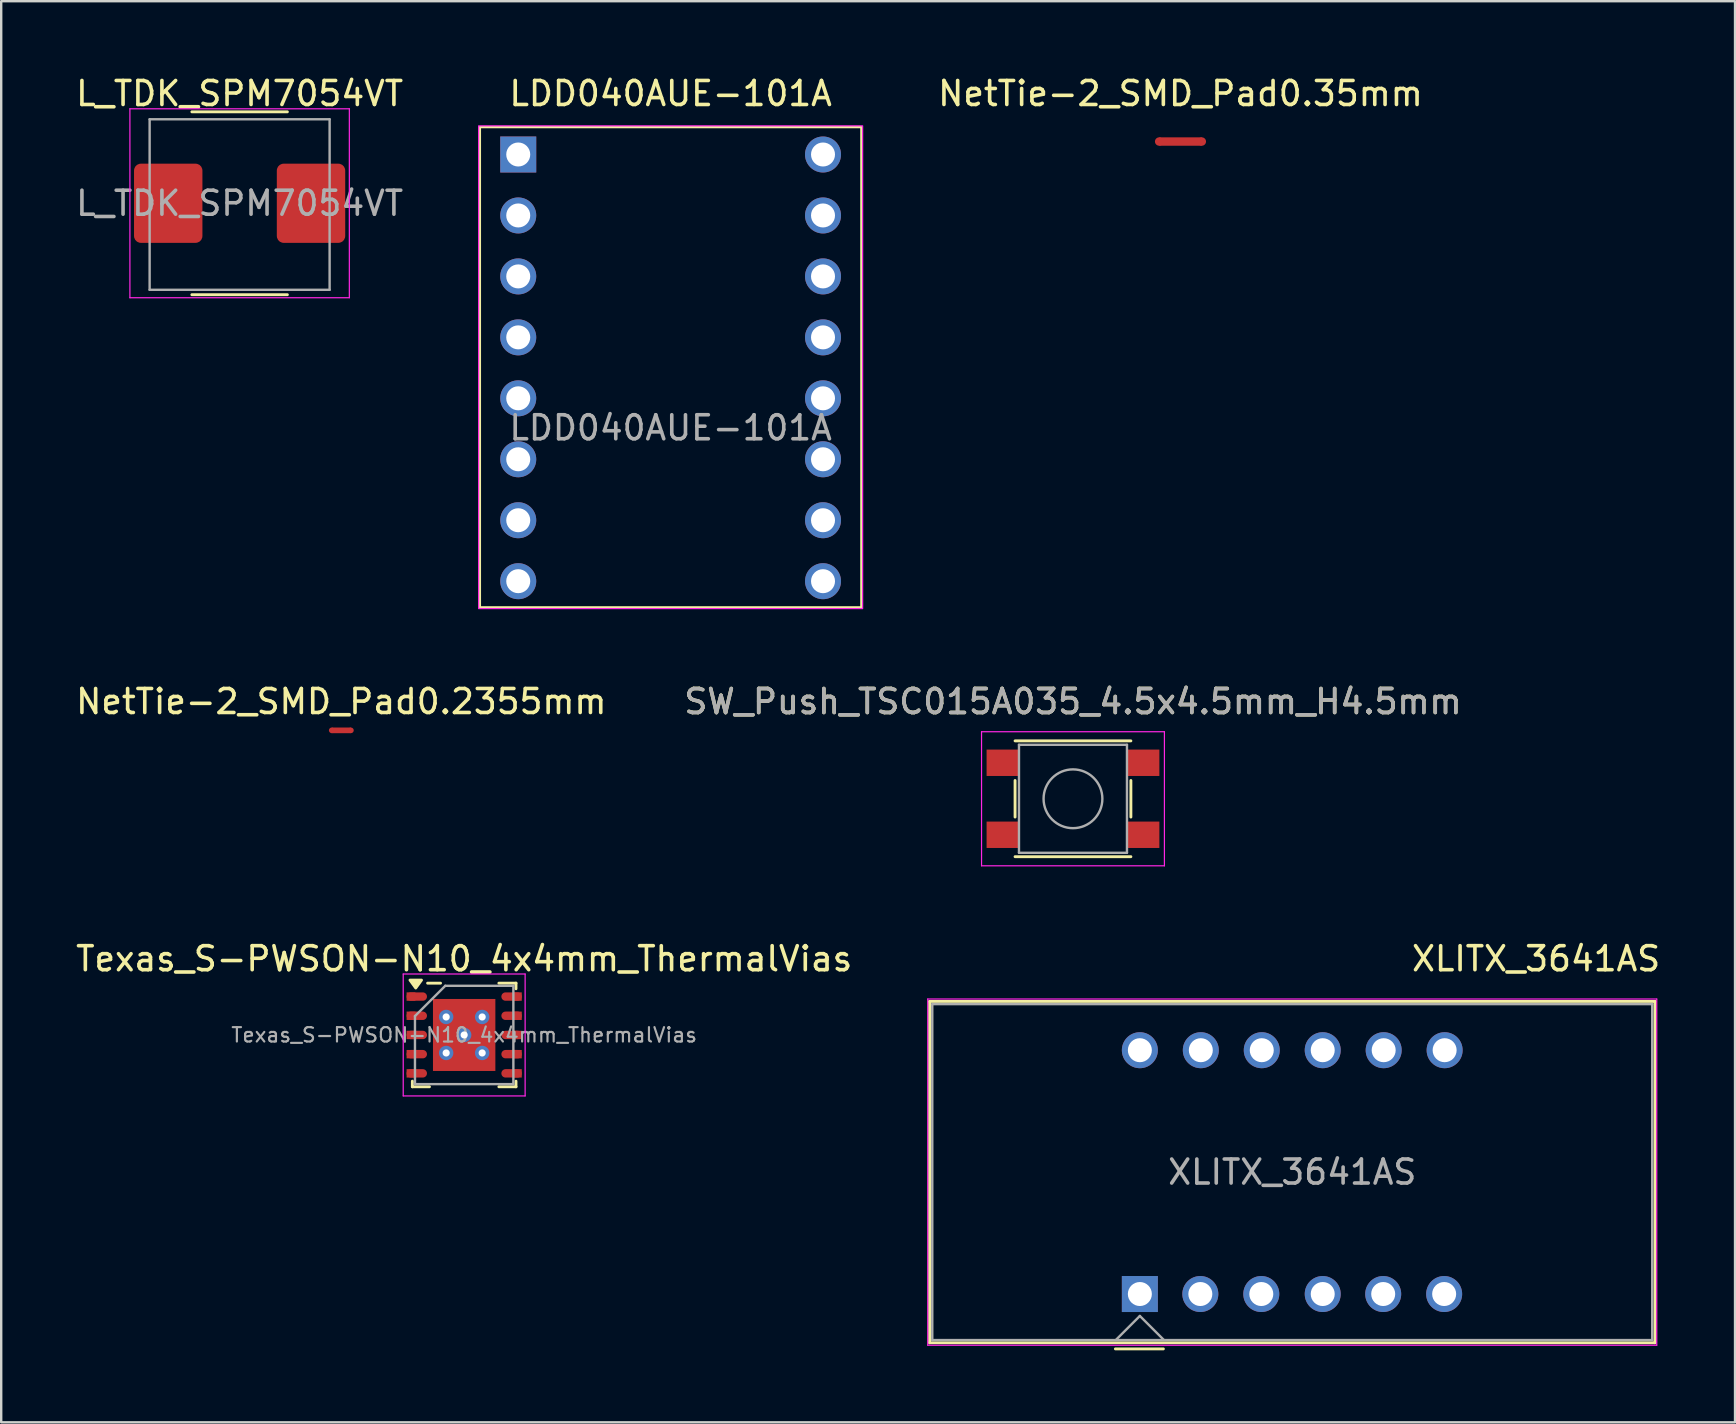
<source format=kicad_pcb>
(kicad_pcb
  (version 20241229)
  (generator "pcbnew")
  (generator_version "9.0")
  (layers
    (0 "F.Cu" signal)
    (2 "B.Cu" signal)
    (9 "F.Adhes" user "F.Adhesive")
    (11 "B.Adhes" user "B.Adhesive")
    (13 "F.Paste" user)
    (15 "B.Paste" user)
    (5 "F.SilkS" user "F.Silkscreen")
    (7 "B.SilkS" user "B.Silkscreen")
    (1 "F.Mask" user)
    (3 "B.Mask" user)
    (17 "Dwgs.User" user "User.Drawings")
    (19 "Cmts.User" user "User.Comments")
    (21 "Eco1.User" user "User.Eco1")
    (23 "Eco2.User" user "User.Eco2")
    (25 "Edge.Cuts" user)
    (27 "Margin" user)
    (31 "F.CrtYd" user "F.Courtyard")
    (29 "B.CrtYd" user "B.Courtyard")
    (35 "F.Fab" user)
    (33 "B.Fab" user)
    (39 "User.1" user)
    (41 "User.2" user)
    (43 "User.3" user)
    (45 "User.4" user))
  (footprint "L_TDK_SPM7054VT"
    (layer "F.Cu")
    (at 6.935 5.42)
    (property "Reference" "L_TDK_SPM7054VT" (at 0 -4.572 0) (layer "F.SilkS") (effects (font (size 1 1) (thickness 0.15))))
    (attr smd)
    (fp_line (start -1.99 -3.81) (end 1.99 -3.81) (stroke (width 0.12) (type solid)) (layer "F.SilkS"))
    (fp_line (start -1.99 3.81) (end 1.99 3.81) (stroke (width 0.12) (type solid)) (layer "F.SilkS"))
    (fp_line (start -4.572 -3.937) (end -4.572 3.937) (stroke (width 0.05) (type solid)) (layer "F.CrtYd"))
    (fp_line (start -4.572 3.937) (end 4.572 3.937) (stroke (width 0.05) (type solid)) (layer "F.CrtYd"))
    (fp_line (start 4.572 -3.937) (end -4.572 -3.937) (stroke (width 0.05) (type solid)) (layer "F.CrtYd"))
    (fp_line (start 4.572 3.937) (end 4.572 -3.937) (stroke (width 0.05) (type solid)) (layer "F.CrtYd"))
    (fp_line (start -3.75 -3.5) (end 3.75 -3.5) (stroke (width 0.1) (type solid)) (layer "F.Fab"))
    (fp_line (start -3.75 3.607) (end -3.75 -3.5) (stroke (width 0.1) (type solid)) (layer "F.Fab"))
    (fp_line (start 3.75 -3.5) (end 3.75 3.607) (stroke (width 0.1) (type solid)) (layer "F.Fab"))
    (fp_line (start 3.75 3.607) (end -3.75 3.607) (stroke (width 0.1) (type solid)) (layer "F.Fab"))
    (fp_text user "${REFERENCE}" (at 0 0 0) (layer "F.Fab") (effects (font (size 1 1) (thickness 0.15))))
    (pad "1" smd roundrect (at -2.975 0) (size 2.85 3.3) (layers "F.Cu" "F.Mask" "F.Paste") (roundrect_rratio 0.1))
    (pad "2" smd roundrect (at 2.975 0) (size 2.85 3.3) (layers "F.Cu" "F.Mask" "F.Paste") (roundrect_rratio 0.1)))
  (footprint "Texas_S-PWSON-N10_4x4mm_ThermalVias"
    (layer "F.Cu")
    (at 16.292 40.077)
    (property "Reference" "Texas_S-PWSON-N10_4x4mm_ThermalVias" (at 0 -3.175 0) (layer "F.SilkS") (effects (font (size 1 1) (thickness 0.15))))
    (attr smd)
    (fp_line (start -2.159 2.159) (end -2.159 1.925) (stroke (width 0.12) (type solid)) (layer "F.SilkS"))
    (fp_line (start -2.159 2.159) (end -1.446 2.159) (stroke (width 0.12) (type solid)) (layer "F.SilkS"))
    (fp_line (start -1.524 -2.159) (end -0.985 -2.159) (stroke (width 0.12) (type solid)) (layer "F.SilkS"))
    (fp_line (start 1.446 -2.159) (end 2.159 -2.159) (stroke (width 0.12) (type solid)) (layer "F.SilkS"))
    (fp_line (start 1.446 2.159) (end 2.159 2.159) (stroke (width 0.12) (type solid)) (layer "F.SilkS"))
    (fp_line (start 2.159 -1.925) (end 2.159 -2.159) (stroke (width 0.12) (type solid)) (layer "F.SilkS"))
    (fp_line (start 2.159 1.925) (end 2.159 2.159) (stroke (width 0.12) (type solid)) (layer "F.SilkS"))
    (fp_poly (pts (xy -2.018 -1.956) (xy -2.258 -2.286) (xy -1.778 -2.286) (xy -2.018 -1.956)) (stroke (width 0.12) (type solid)) (fill yes) (layer "F.SilkS"))
    (fp_line (start -2.54 -2.54) (end -2.54 2.54) (stroke (width 0.05) (type solid)) (layer "F.CrtYd"))
    (fp_line (start -2.54 -2.54) (end 2.54 -2.54) (stroke (width 0.05) (type solid)) (layer "F.CrtYd"))
    (fp_line (start -2.54 2.54) (end 2.54 2.54) (stroke (width 0.05) (type solid)) (layer "F.CrtYd"))
    (fp_line (start 2.54 -2.54) (end 2.54 2.54) (stroke (width 0.05) (type solid)) (layer "F.CrtYd"))
    (fp_line (start -2.05 2.05) (end -2.05 -0.787) (stroke (width 0.1) (type solid)) (layer "F.Fab"))
    (fp_line (start -0.787 -2.05) (end -2.05 -0.787) (stroke (width 0.1) (type solid)) (layer "F.Fab"))
    (fp_line (start -0.787 -2.05) (end 2.05 -2.05) (stroke (width 0.1) (type solid)) (layer "F.Fab"))
    (fp_line (start 2.05 -2.05) (end 2.05 2.05) (stroke (width 0.1) (type solid)) (layer "F.Fab"))
    (fp_line (start 2.05 2.05) (end -2.05 2.05) (stroke (width 0.1) (type solid)) (layer "F.Fab"))
    (fp_text user "${REFERENCE}" (at 0 0 0) (layer "F.Fab") (effects (font (size 0.6 0.6) (thickness 0.09))))
    (pad "1" smd rect (at -2.216 -1.6) (size 0.368 0.35) (layers "F.Cu" "F.Mask" "F.Paste"))
    (pad "1" smd oval (at -1.975 -1.6) (size 0.85 0.35) (layers "F.Cu" "F.Mask" "F.Paste"))
    (pad "2" smd rect (at -2.216 -0.8) (size 0.368 0.35) (layers "F.Cu" "F.Mask" "F.Paste"))
    (pad "2" smd oval (at -1.975 -0.8) (size 0.85 0.35) (layers "F.Cu" "F.Mask" "F.Paste"))
    (pad "3" smd rect (at -2.216 0) (size 0.368 0.35) (layers "F.Cu" "F.Mask" "F.Paste"))
    (pad "3" smd oval (at -1.975 0) (size 0.85 0.35) (layers "F.Cu" "F.Mask" "F.Paste"))
    (pad "4" smd rect (at -2.216 0.8) (size 0.368 0.35) (layers "F.Cu" "F.Mask" "F.Paste"))
    (pad "4" smd oval (at -1.975 0.8) (size 0.85 0.35) (layers "F.Cu" "F.Mask" "F.Paste"))
    (pad "5" smd rect (at -2.216 1.6) (size 0.368 0.35) (layers "F.Cu" "F.Mask" "F.Paste"))
    (pad "5" smd oval (at -1.975 1.6) (size 0.85 0.35) (layers "F.Cu" "F.Mask" "F.Paste"))
    (pad "6" smd oval (at 1.975 1.6) (size 0.85 0.35) (layers "F.Cu" "F.Mask" "F.Paste"))
    (pad "6" smd rect (at 2.216 1.6) (size 0.368 0.35) (layers "F.Cu" "F.Mask" "F.Paste"))
    (pad "7" smd oval (at 1.975 0.8) (size 0.85 0.35) (layers "F.Cu" "F.Mask" "F.Paste"))
    (pad "7" smd rect (at 2.216 0.8) (size 0.368 0.35) (layers "F.Cu" "F.Mask" "F.Paste"))
    (pad "8" smd oval (at 1.975 0) (size 0.85 0.35) (layers "F.Cu" "F.Mask" "F.Paste"))
    (pad "8" smd rect (at 2.216 0) (size 0.368 0.35) (layers "F.Cu" "F.Mask" "F.Paste"))
    (pad "9" smd oval (at 1.975 -0.8) (size 0.85 0.35) (layers "F.Cu" "F.Mask" "F.Paste"))
    (pad "9" smd rect (at 2.216 -0.8) (size 0.368 0.35) (layers "F.Cu" "F.Mask" "F.Paste"))
    (pad "10" smd oval (at 1.975 -1.6) (size 0.85 0.35) (layers "F.Cu" "F.Mask" "F.Paste"))
    (pad "10" smd rect (at 2.216 -1.6) (size 0.368 0.35) (layers "F.Cu" "F.Mask" "F.Paste"))
    (pad "11" thru_hole circle (at -0.75 -0.75) (size 0.6 0.6) (drill 0.3) (layers "*.Cu" "*.Mask"))
    (pad "11" thru_hole circle (at -0.75 0.75) (size 0.6 0.6) (drill 0.3) (layers "*.Cu" "*.Mask"))
    (pad "11" thru_hole circle (at 0 0) (size 0.6 0.6) (drill 0.3) (layers "*.Cu" "*.Mask"))
    (pad "11" smd rect (at 0 0) (size 2.6 3) (layers "F.Cu" "F.Mask"))
    (pad "11" thru_hole circle (at 0.75 -0.75) (size 0.6 0.6) (drill 0.3) (layers "*.Cu" "*.Mask"))
    (pad "11" thru_hole circle (at 0.75 0.75) (size 0.6 0.6) (drill 0.3) (layers "*.Cu" "*.Mask")))
  (footprint "NetTie-2_SMD_Pad0.2355mm"
    (layer "F.Cu")
    (at 11.173 27.384)
    (property "Reference" "NetTie-2_SMD_Pad0.2355mm" (at 0 -1.2 0) (layer "F.SilkS") (effects (font (size 1 1) (thickness 0.15))))
    (attr exclude_from_pos_files exclude_from_bom allow_missing_courtyard)
    (fp_poly (pts (xy -0.4 -0.118) (xy 0.4 -0.118) (xy 0.4 0.118) (xy -0.4 0.118)) (stroke (width 0) (type solid)) (fill yes) (layer "F.Cu"))
    (pad "1" smd circle (at -0.4 0) (size 0.235 0.235) (layers "F.Cu"))
    (pad "2" smd circle (at 0.4 0) (size 0.235 0.235) (layers "F.Cu")))
  (footprint "LDD040AUE-101A"
    (layer "F.Cu")
    (at 24.895 12.278)
    (property "Reference" "LDD040AUE-101A" (at 0 -11.43 0) (unlocked yes) (layer "F.SilkS") (effects (font (size 1 1) (thickness 0.15))))
    (attr through_hole)
    (fp_line (start -7.95 -10.033) (end -7.95 9.982) (stroke (width 0.1) (type default)) (layer "F.SilkS"))
    (fp_line (start 7.95 -10.033) (end -7.925 -10.033) (stroke (width 0.1) (type default)) (layer "F.SilkS"))
    (fp_line (start 7.95 -10.033) (end 7.95 9.982) (stroke (width 0.1) (type default)) (layer "F.SilkS"))
    (fp_line (start 7.95 9.982) (end -7.95 9.982) (stroke (width 0.1) (type default)) (layer "F.SilkS"))
    (fp_rect (start -8.001 -10.084) (end 8.001 10.033) (stroke (width 0.05) (type default)) (fill no) (layer "F.CrtYd"))
    (fp_text user "${REFERENCE}" (at 0 2.5 0) (unlocked yes) (layer "F.Fab") (effects (font (size 1 1) (thickness 0.15))))
    (pad "1" thru_hole rect (at -6.35 -8.89) (size 1.5 1.5) (drill 1) (layers "*.Cu" "*.Mask"))
    (pad "2" thru_hole circle (at -6.35 -6.35) (size 1.5 1.5) (drill 1) (layers "*.Cu" "*.Mask"))
    (pad "3" thru_hole circle (at -6.35 -3.81) (size 1.5 1.5) (drill 1) (layers "*.Cu" "*.Mask"))
    (pad "4" thru_hole circle (at -6.35 -1.27) (size 1.5 1.5) (drill 1) (layers "*.Cu" "*.Mask"))
    (pad "5" thru_hole circle (at -6.35 1.27) (size 1.5 1.5) (drill 1) (layers "*.Cu" "*.Mask"))
    (pad "6" thru_hole circle (at -6.35 3.81) (size 1.5 1.5) (drill 1) (layers "*.Cu" "*.Mask"))
    (pad "7" thru_hole circle (at -6.35 6.35) (size 1.5 1.5) (drill 1) (layers "*.Cu" "*.Mask"))
    (pad "8" thru_hole circle (at -6.35 8.89) (size 1.5 1.5) (drill 1) (layers "*.Cu" "*.Mask"))
    (pad "9" thru_hole circle (at 6.35 8.89) (size 1.5 1.5) (drill 1) (layers "*.Cu" "*.Mask"))
    (pad "10" thru_hole circle (at 6.35 6.35) (size 1.5 1.5) (drill 1) (layers "*.Cu" "*.Mask"))
    (pad "11" thru_hole circle (at 6.35 3.81) (size 1.5 1.5) (drill 1) (layers "*.Cu" "*.Mask"))
    (pad "12" thru_hole circle (at 6.35 1.27) (size 1.5 1.5) (drill 1) (layers "*.Cu" "*.Mask"))
    (pad "13" thru_hole circle (at 6.35 -1.27) (size 1.5 1.5) (drill 1) (layers "*.Cu" "*.Mask"))
    (pad "14" thru_hole circle (at 6.35 -3.81) (size 1.5 1.5) (drill 1) (layers "*.Cu" "*.Mask"))
    (pad "15" thru_hole circle (at 6.35 -6.35) (size 1.5 1.5) (drill 1) (layers "*.Cu" "*.Mask"))
    (pad "16" thru_hole circle (at 6.35 -8.89) (size 1.5 1.5) (drill 1) (layers "*.Cu" "*.Mask")))
  (footprint "NetTie-2_SMD_Pad0.35mm"
    (layer "F.Cu")
    (at 46.141 2.848)
    (property "Reference" "NetTie-2_SMD_Pad0.35mm" (at 0 -2 0) (layer "F.SilkS") (effects (font (size 1 1) (thickness 0.15))))
    (attr exclude_from_pos_files exclude_from_bom allow_missing_courtyard)
    (fp_poly (pts (xy -0.889 -0.175) (xy 0.889 -0.175) (xy 0.889 0.175) (xy -0.889 0.175)) (stroke (width 0) (type solid)) (fill yes) (layer "F.Cu"))
    (pad "1" smd circle (at -0.889 0) (size 0.35 0.35) (layers "F.Cu"))
    (pad "2" smd circle (at 0.889 0) (size 0.35 0.35) (layers "F.Cu")))
  (footprint "XLITX_3641AS"
    (layer "F.Cu")
    (at 50.798 45.792)
    (property "Reference" "XLITX_3641AS" (at 10.16 -8.89 0) (layer "F.SilkS") (effects (font (size 1 1) (thickness 0.15))))
    (attr through_hole)
    (fp_line (start -15.113 7.112) (end -15.113 -7.112) (stroke (width 0.12) (type solid)) (layer "F.SilkS"))
    (fp_line (start -15.113 7.112) (end 15.113 7.112) (stroke (width 0.12) (type solid)) (layer "F.SilkS"))
    (fp_line (start -7.37 7.366) (end -5.37 7.366) (stroke (width 0.12) (type solid)) (layer "F.SilkS"))
    (fp_line (start 15.113 -7.112) (end -15.113 -7.112) (stroke (width 0.12) (type solid)) (layer "F.SilkS"))
    (fp_line (start 15.113 7.112) (end 15.113 -7.112) (stroke (width 0.12) (type solid)) (layer "F.SilkS"))
    (fp_line (start -15.189 -7.214) (end 15.189 -7.214) (stroke (width 0.05) (type solid)) (layer "F.CrtYd"))
    (fp_line (start -15.189 7.214) (end -15.189 -7.214) (stroke (width 0.05) (type solid)) (layer "F.CrtYd"))
    (fp_line (start 15.189 -7.214) (end 15.189 7.214) (stroke (width 0.05) (type solid)) (layer "F.CrtYd"))
    (fp_line (start 15.189 7.214) (end -15.189 7.214) (stroke (width 0.05) (type solid)) (layer "F.CrtYd"))
    (fp_line (start -15 -7) (end 15 -7) (stroke (width 0.1) (type solid)) (layer "F.Fab"))
    (fp_line (start -15 7) (end -15 -7) (stroke (width 0.1) (type solid)) (layer "F.Fab"))
    (fp_line (start -15 7) (end 15 7) (stroke (width 0.1) (type solid)) (layer "F.Fab"))
    (fp_line (start -6.35 5.994) (end -7.35 6.994) (stroke (width 0.1) (type solid)) (layer "F.Fab"))
    (fp_line (start -5.35 6.994) (end -6.35 5.994) (stroke (width 0.1) (type solid)) (layer "F.Fab"))
    (fp_line (start 15 7) (end 15 -7) (stroke (width 0.1) (type solid)) (layer "F.Fab"))
    (fp_text user "${REFERENCE}" (at 0 0 180) (layer "F.Fab") (effects (font (size 1 1) (thickness 0.15))))
    (pad "1" thru_hole rect (at -6.35 5.08 90) (size 1.5 1.5) (drill 1) (layers "*.Cu" "*.Mask"))
    (pad "2" thru_hole circle (at -3.83 5.08 90) (size 1.5 1.5) (drill 1) (layers "*.Cu" "*.Mask"))
    (pad "3" thru_hole circle (at -1.29 5.08 90) (size 1.5 1.5) (drill 1) (layers "*.Cu" "*.Mask"))
    (pad "4" thru_hole circle (at 1.27 5.08 90) (size 1.5 1.5) (drill 1) (layers "*.Cu" "*.Mask"))
    (pad "5" thru_hole circle (at 3.79 5.08 90) (size 1.5 1.5) (drill 1) (layers "*.Cu" "*.Mask"))
    (pad "6" thru_hole circle (at 6.33 5.08 90) (size 1.5 1.5) (drill 1) (layers "*.Cu" "*.Mask"))
    (pad "7" thru_hole circle (at 6.35 -5.08 90) (size 1.5 1.5) (drill 1) (layers "*.Cu" "*.Mask"))
    (pad "8" thru_hole circle (at 3.81 -5.08 90) (size 1.5 1.5) (drill 1) (layers "*.Cu" "*.Mask"))
    (pad "9" thru_hole circle (at 1.27 -5.08 90) (size 1.5 1.5) (drill 1) (layers "*.Cu" "*.Mask"))
    (pad "10" thru_hole circle (at -1.27 -5.08 90) (size 1.5 1.5) (drill 1) (layers "*.Cu" "*.Mask"))
    (pad "11" thru_hole circle (at -3.81 -5.08 90) (size 1.5 1.5) (drill 1) (layers "*.Cu" "*.Mask"))
    (pad "12" thru_hole circle (at -6.35 -5.08 90) (size 1.5 1.5) (drill 1) (layers "*.Cu" "*.Mask")))
  (footprint "SW_Push_TSC015A035_4.5x4.5mm_H4.5mm"
    (layer "F.Cu")
    (at 41.661 30.235)
    (property "Reference" "SW_Push_TSC015A035_4.5x4.5mm_H4.5mm" (at 0 -4.05 0) (layer "F.SilkS") (effects (font (size 1 1) (thickness 0.15))))
    (attr smd)
    (fp_line (start -2.413 -2.413) (end 2.413 -2.413) (stroke (width 0.12) (type solid)) (layer "F.SilkS"))
    (fp_line (start -2.413 -0.762) (end -2.413 0.762) (stroke (width 0.12) (type solid)) (layer "F.SilkS"))
    (fp_line (start -2.413 2.413) (end 2.413 2.413) (stroke (width 0.12) (type solid)) (layer "F.SilkS"))
    (fp_line (start 2.413 -0.762) (end 2.413 0.762) (stroke (width 0.12) (type solid)) (layer "F.SilkS"))
    (fp_line (start -3.81 -2.794) (end -3.81 2.794) (stroke (width 0.05) (type solid)) (layer "F.CrtYd"))
    (fp_line (start -3.81 -2.794) (end 3.81 -2.794) (stroke (width 0.05) (type solid)) (layer "F.CrtYd"))
    (fp_line (start -3.81 2.794) (end 3.81 2.794) (stroke (width 0.05) (type solid)) (layer "F.CrtYd"))
    (fp_line (start 3.81 2.794) (end 3.81 -2.794) (stroke (width 0.05) (type solid)) (layer "F.CrtYd"))
    (fp_line (start -2.25 -2.25) (end -2.25 2.25) (stroke (width 0.1) (type solid)) (layer "F.Fab"))
    (fp_line (start -2.25 2.25) (end 2.25 2.25) (stroke (width 0.1) (type solid)) (layer "F.Fab"))
    (fp_line (start 2.25 -2.25) (end -2.25 -2.25) (stroke (width 0.1) (type solid)) (layer "F.Fab"))
    (fp_line (start 2.25 2.25) (end 2.25 -2.25) (stroke (width 0.1) (type solid)) (layer "F.Fab"))
    (fp_circle (center 0 0) (end 1.225 0) (stroke (width 0.1) (type solid)) (fill no) (layer "F.Fab"))
    (fp_text user "${REFERENCE}" (at 0 -4.05 0) (layer "F.Fab") (effects (font (size 1 1) (thickness 0.15))))
    (pad "1" smd rect (at -2.925 -1.5) (size 1.35 1.1) (layers "F.Cu" "F.Mask" "F.Paste"))
    (pad "1" smd rect (at 2.925 -1.5) (size 1.35 1.1) (layers "F.Cu" "F.Mask" "F.Paste"))
    (pad "2" smd rect (at -2.925 1.5) (size 1.35 1.1) (layers "F.Cu" "F.Mask" "F.Paste"))
    (pad "2" smd rect (at 2.925 1.5) (size 1.35 1.1) (layers "F.Cu" "F.Mask" "F.Paste")))
  (gr_rect
    (start -3 -3)
    (end 69.249 56.218)
    (stroke (width 0.1) (type default))
    (fill no)
    (layer "Edge.Cuts")))
</source>
